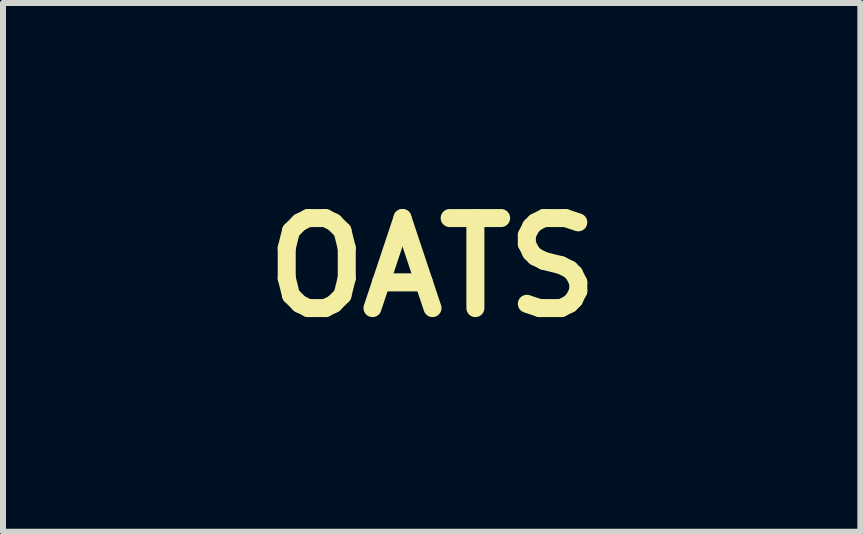
<source format=kicad_pcb>
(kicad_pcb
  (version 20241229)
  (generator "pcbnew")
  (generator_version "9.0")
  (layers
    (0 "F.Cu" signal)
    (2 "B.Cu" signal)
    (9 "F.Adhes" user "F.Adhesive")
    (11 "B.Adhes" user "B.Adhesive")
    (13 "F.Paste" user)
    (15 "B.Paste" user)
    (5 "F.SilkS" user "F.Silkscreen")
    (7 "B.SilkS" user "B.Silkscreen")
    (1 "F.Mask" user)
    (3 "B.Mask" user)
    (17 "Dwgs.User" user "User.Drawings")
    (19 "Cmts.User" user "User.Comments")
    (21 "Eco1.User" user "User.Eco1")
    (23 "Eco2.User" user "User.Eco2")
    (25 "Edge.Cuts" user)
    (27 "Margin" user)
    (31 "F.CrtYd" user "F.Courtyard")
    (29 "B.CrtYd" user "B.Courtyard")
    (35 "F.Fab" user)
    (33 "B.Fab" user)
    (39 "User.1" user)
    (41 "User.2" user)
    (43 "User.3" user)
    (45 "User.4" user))
  (footprint "OATS"
    (layer "F.Cu")
    (at 4.155 1.404)
    (property "Reference" "OATS" (at 0 0 0) (layer "F.SilkS") (effects (font (size 1.5 1.5) (thickness 0.3))))
    (attr board_only exclude_from_pos_files exclude_from_bom)
    (fp_poly (pts (xy 2.564 -1.215) (xy 2.559 -1.192) (xy 2.549 -1.15) (xy 2.535 -1.093) (xy 2.518 -1.029) (xy 2.5 -0.961) (xy 2.483 -0.895) (xy 2.467 -0.837) (xy 2.455 -0.793) (xy 2.447 -0.766) (xy 2.445 -0.761) (xy 2.432 -0.763) (xy 2.4 -0.771) (xy 2.379 -0.777) (xy 2.333 -0.789) (xy 2.269 -0.801) (xy 2.195 -0.814) (xy 2.119 -0.825) (xy 2.049 -0.834) (xy 1.994 -0.839) (xy 1.974 -0.84) (xy 1.926 -0.84) (xy 1.931 -0.038) (xy 1.932 0.131) (xy 1.933 0.275) (xy 1.934 0.395) (xy 1.935 0.496) (xy 1.936 0.578) (xy 1.938 0.644) (xy 1.94 0.697) (xy 1.943 0.738) (xy 1.946 0.771) (xy 1.95 0.797) (xy 1.955 0.819) (xy 1.96 0.84) (xy 1.967 0.86) (xy 1.967 0.86) (xy 1.983 0.913) (xy 1.997 0.958) (xy 2.005 0.987) (xy 2.006 0.988) (xy 2.013 1.019) (xy 1.657 1.017) (xy 1.559 1.016) (xy 1.469 1.015) (xy 1.391 1.014) (xy 1.328 1.012) (xy 1.286 1.01) (xy 1.269 1.009) (xy 1.246 0.999) (xy 1.246 0.98) (xy 1.255 0.955) (xy 1.269 0.914) (xy 1.285 0.867) (xy 1.291 0.848) (xy 1.296 0.827) (xy 1.3 0.805) (xy 1.304 0.777) (xy 1.307 0.741) (xy 1.309 0.696) (xy 1.311 0.639) (xy 1.313 0.568) (xy 1.314 0.48) (xy 1.315 0.374) (xy 1.316 0.246) (xy 1.318 0.094) (xy 1.318 -0.033) (xy 1.323 -0.844) (xy 1.14 -0.835) (xy 1.06 -0.83) (xy 0.979 -0.822) (xy 0.906 -0.813) (xy 0.854 -0.804) (xy 0.796 -0.792) (xy 0.741 -0.78) (xy 0.702 -0.772) (xy 0.701 -0.772) (xy 0.651 -0.762) (xy 0.711 -0.949) (xy 0.734 -1.021) (xy 0.756 -1.089) (xy 0.774 -1.146) (xy 0.787 -1.185) (xy 0.789 -1.191) (xy 0.808 -1.246) (xy 1.689 -1.249) (xy 2.571 -1.253)) (stroke (width 0) (type solid)) (fill yes) (layer "F.Mask"))
    (fp_poly (pts (xy 3.662 -1.261) (xy 3.829 -1.237) (xy 3.882 -1.225) (xy 3.942 -1.211) (xy 3.987 -1.198) (xy 4.018 -1.184) (xy 4.04 -1.163) (xy 4.053 -1.132) (xy 4.059 -1.088) (xy 4.061 -1.025) (xy 4.061 -0.941) (xy 4.061 -0.895) (xy 4.061 -0.634) (xy 3.953 -0.708) (xy 3.88 -0.755) (xy 3.82 -0.786) (xy 3.765 -0.804) (xy 3.709 -0.811) (xy 3.653 -0.81) (xy 3.602 -0.805) (xy 3.567 -0.795) (xy 3.54 -0.778) (xy 3.52 -0.76) (xy 3.492 -0.727) (xy 3.48 -0.696) (xy 3.477 -0.651) (xy 3.477 -0.649) (xy 3.48 -0.611) (xy 3.489 -0.576) (xy 3.506 -0.542) (xy 3.535 -0.503) (xy 3.577 -0.458) (xy 3.635 -0.404) (xy 3.712 -0.335) (xy 3.726 -0.323) (xy 3.837 -0.223) (xy 3.927 -0.133) (xy 3.997 -0.051) (xy 4.049 0.027) (xy 4.087 0.105) (xy 4.111 0.185) (xy 4.124 0.272) (xy 4.127 0.311) (xy 4.124 0.45) (xy 4.101 0.573) (xy 4.056 0.684) (xy 3.986 0.787) (xy 3.927 0.852) (xy 3.845 0.924) (xy 3.761 0.979) (xy 3.67 1.018) (xy 3.567 1.044) (xy 3.447 1.057) (xy 3.332 1.059) (xy 3.243 1.058) (xy 3.172 1.054) (xy 3.11 1.046) (xy 3.048 1.033) (xy 3.017 1.025) (xy 2.954 1.01) (xy 2.907 0.996) (xy 2.872 0.982) (xy 2.848 0.962) (xy 2.834 0.933) (xy 2.826 0.891) (xy 2.822 0.833) (xy 2.822 0.755) (xy 2.822 0.664) (xy 2.822 0.38) (xy 2.888 0.443) (xy 2.973 0.511) (xy 3.073 0.566) (xy 3.179 0.602) (xy 3.214 0.61) (xy 3.302 0.615) (xy 3.376 0.598) (xy 3.434 0.56) (xy 3.473 0.504) (xy 3.493 0.429) (xy 3.494 0.421) (xy 3.494 0.366) (xy 3.485 0.317) (xy 3.463 0.269) (xy 3.427 0.218) (xy 3.373 0.162) (xy 3.3 0.096) (xy 3.25 0.054) (xy 3.144 -0.04) (xy 3.05 -0.137) (xy 2.97 -0.232) (xy 2.909 -0.32) (xy 2.889 -0.356) (xy 2.866 -0.404) (xy 2.852 -0.446) (xy 2.844 -0.494) (xy 2.839 -0.556) (xy 2.838 -0.571) (xy 2.842 -0.7) (xy 2.865 -0.813) (xy 2.91 -0.915) (xy 2.978 -1.012) (xy 3.012 -1.049) (xy 3.113 -1.135) (xy 3.229 -1.199) (xy 3.361 -1.242) (xy 3.505 -1.263)) (stroke (width 0) (type solid)) (fill yes) (layer "F.Mask"))
    (fp_poly (pts (xy -0.466 -1.25) (xy -0.217 -1.246) (xy -0.151 -1.074) (xy -0.131 -1.02) (xy -0.101 -0.945) (xy -0.063 -0.852) (xy -0.019 -0.745) (xy 0.03 -0.625) (xy 0.083 -0.496) (xy 0.139 -0.36) (xy 0.196 -0.221) (xy 0.254 -0.082) (xy 0.311 0.055) (xy 0.367 0.187) (xy 0.418 0.31) (xy 0.466 0.422) (xy 0.508 0.521) (xy 0.543 0.602) (xy 0.57 0.664) (xy 0.586 0.701) (xy 0.619 0.768) (xy 0.656 0.837) (xy 0.69 0.897) (xy 0.702 0.917) (xy 0.729 0.96) (xy 0.748 0.993) (xy 0.757 1.011) (xy 0.757 1.012) (xy 0.744 1.014) (xy 0.708 1.016) (xy 0.653 1.017) (xy 0.584 1.018) (xy 0.506 1.018) (xy 0.422 1.018) (xy 0.337 1.018) (xy 0.257 1.017) (xy 0.184 1.016) (xy 0.123 1.014) (xy 0.08 1.012) (xy 0.059 1.01) (xy 0.037 0.999) (xy 0.029 0.975) (xy 0.028 0.949) (xy 0.022 0.906) (xy 0.004 0.838) (xy -0.025 0.746) (xy -0.065 0.63) (xy -0.099 0.54) (xy -0.131 0.454) (xy -0.489 0.454) (xy -0.848 0.454) (xy -0.92 0.674) (xy -0.949 0.767) (xy -0.971 0.847) (xy -0.985 0.91) (xy -0.991 0.953) (xy -0.991 0.956) (xy -0.991 1.019) (xy -1.298 1.017) (xy -1.389 1.016) (xy -1.473 1.015) (xy -1.545 1.013) (xy -1.6 1.01) (xy -1.634 1.008) (xy -1.641 1.007) (xy -1.678 0.998) (xy -1.629 0.922) (xy -1.608 0.888) (xy -1.586 0.849) (xy -1.562 0.804) (xy -1.535 0.749) (xy -1.504 0.683) (xy -1.469 0.605) (xy -1.428 0.512) (xy -1.381 0.402) (xy -1.327 0.274) (xy -1.264 0.125) (xy -1.225 0.031) (xy -0.702 0.031) (xy -0.689 0.034) (xy -0.653 0.038) (xy -0.6 0.04) (xy -0.532 0.041) (xy -0.495 0.041) (xy -0.287 0.041) (xy -0.296 -0.003) (xy -0.304 -0.031) (xy -0.32 -0.079) (xy -0.343 -0.142) (xy -0.37 -0.215) (xy -0.393 -0.277) (xy -0.422 -0.354) (xy -0.448 -0.425) (xy -0.47 -0.484) (xy -0.484 -0.526) (xy -0.49 -0.545) (xy -0.495 -0.555) (xy -0.501 -0.552) (xy -0.511 -0.535) (xy -0.525 -0.502) (xy -0.544 -0.45) (xy -0.57 -0.376) (xy -0.601 -0.282) (xy -0.63 -0.196) (xy -0.655 -0.118) (xy -0.677 -0.053) (xy -0.692 -0.004) (xy -0.701 0.025) (xy -0.702 0.031) (xy -1.225 0.031) (xy -1.193 -0.047) (xy -1.152 -0.145) (xy -1.077 -0.327) (xy -1.011 -0.486) (xy -0.955 -0.623) (xy -0.906 -0.74) (xy -0.866 -0.839) (xy -0.832 -0.922) (xy -0.805 -0.99) (xy -0.783 -1.045) (xy -0.766 -1.09) (xy -0.753 -1.125) (xy -0.743 -1.154) (xy -0.736 -1.176) (xy -0.73 -1.195) (xy -0.715 -1.253)) (stroke (width 0) (type solid)) (fill yes) (layer "F.Mask"))
    (fp_poly (pts (xy -2.832 -1.274) (xy -2.645 -1.249) (xy -2.471 -1.2) (xy -2.31 -1.129) (xy -2.163 -1.035) (xy -2.033 -0.92) (xy -1.969 -0.849) (xy -1.878 -0.718) (xy -1.809 -0.575) (xy -1.767 -0.444) (xy -1.741 -0.305) (xy -1.731 -0.157) (xy -1.735 -0.006) (xy -1.753 0.141) (xy -1.786 0.279) (xy -1.831 0.399) (xy -1.838 0.414) (xy -1.929 0.565) (xy -2.04 0.698) (xy -2.17 0.812) (xy -2.316 0.905) (xy -2.477 0.977) (xy -2.646 1.024) (xy -2.716 1.035) (xy -2.804 1.041) (xy -2.903 1.045) (xy -3.006 1.045) (xy -3.103 1.041) (xy -3.188 1.034) (xy -3.247 1.025) (xy -3.414 0.979) (xy -3.561 0.917) (xy -3.694 0.835) (xy -3.816 0.732) (xy -3.872 0.675) (xy -3.975 0.544) (xy -4.055 0.401) (xy -4.111 0.243) (xy -4.144 0.07) (xy -4.154 -0.045) (xy -4.155 -0.186) (xy -4.153 -0.209) (xy -3.507 -0.209) (xy -3.506 -0.081) (xy -3.497 -0.002) (xy -3.462 0.129) (xy -3.403 0.249) (xy -3.324 0.354) (xy -3.226 0.444) (xy -3.113 0.516) (xy -2.986 0.568) (xy -2.849 0.598) (xy -2.755 0.605) (xy -2.668 0.606) (xy -2.718 0.549) (xy -2.779 0.472) (xy -2.844 0.374) (xy -2.908 0.261) (xy -2.969 0.139) (xy -3.023 0.013) (xy -3.059 -0.083) (xy -3.076 -0.133) (xy -3.095 -0.196) (xy -3.116 -0.267) (xy -3.138 -0.341) (xy -3.158 -0.411) (xy -3.175 -0.474) (xy -3.187 -0.522) (xy -3.193 -0.552) (xy -3.194 -0.557) (xy -3.189 -0.555) (xy -3.175 -0.531) (xy -3.154 -0.488) (xy -3.126 -0.427) (xy -3.094 -0.353) (xy -3.059 -0.269) (xy -3.056 -0.262) (xy -3.001 -0.135) (xy -2.948 -0.026) (xy -2.892 0.075) (xy -2.828 0.175) (xy -2.786 0.235) (xy -2.743 0.3) (xy -2.699 0.369) (xy -2.662 0.432) (xy -2.646 0.464) (xy -2.621 0.511) (xy -2.601 0.546) (xy -2.587 0.563) (xy -2.585 0.564) (xy -2.569 0.553) (xy -2.546 0.521) (xy -2.518 0.476) (xy -2.49 0.422) (xy -2.464 0.366) (xy -2.445 0.316) (xy -2.412 0.193) (xy -2.391 0.065) (xy -2.383 -0.063) (xy -2.387 -0.183) (xy -2.404 -0.29) (xy -2.422 -0.347) (xy -2.485 -0.474) (xy -2.569 -0.585) (xy -2.673 -0.678) (xy -2.794 -0.751) (xy -2.93 -0.802) (xy -2.942 -0.806) (xy -2.994 -0.817) (xy -3.061 -0.827) (xy -3.131 -0.834) (xy -3.147 -0.835) (xy -3.271 -0.844) (xy -3.316 -0.79) (xy -3.375 -0.702) (xy -3.425 -0.593) (xy -3.465 -0.471) (xy -3.492 -0.341) (xy -3.507 -0.209) (xy -4.153 -0.209) (xy -4.146 -0.31) (xy -4.124 -0.424) (xy -4.09 -0.539) (xy -4.09 -0.539) (xy -4.052 -0.634) (xy -4.007 -0.718) (xy -3.952 -0.798) (xy -3.881 -0.882) (xy -3.827 -0.938) (xy -3.768 -0.995) (xy -3.72 -1.038) (xy -3.676 -1.072) (xy -3.627 -1.102) (xy -3.566 -1.134) (xy -3.551 -1.141) (xy -3.418 -1.199) (xy -3.29 -1.24) (xy -3.157 -1.265) (xy -3.029 -1.276)) (stroke (width 0) (type solid)) (fill yes) (layer "F.Mask")))
  (gr_rect
    (start -3 -3)
    (end 11.282 5.808)
    (stroke (width 0.1) (type default))
    (fill no)
    (layer "Edge.Cuts")))
</source>
